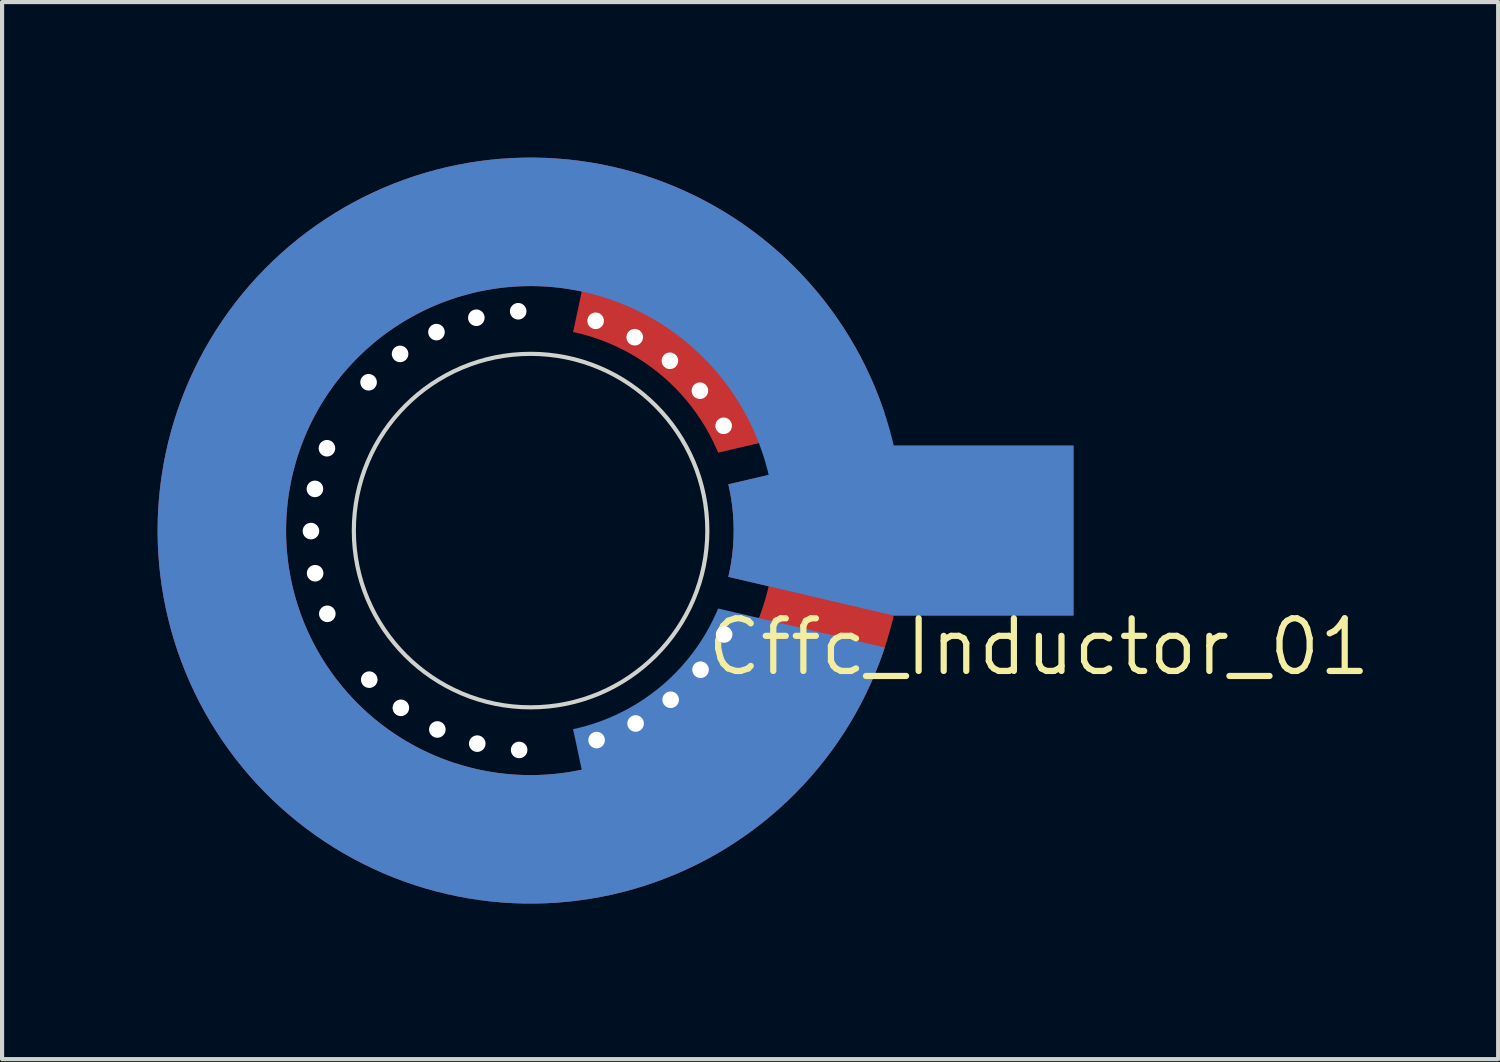
<source format=kicad_pcb>
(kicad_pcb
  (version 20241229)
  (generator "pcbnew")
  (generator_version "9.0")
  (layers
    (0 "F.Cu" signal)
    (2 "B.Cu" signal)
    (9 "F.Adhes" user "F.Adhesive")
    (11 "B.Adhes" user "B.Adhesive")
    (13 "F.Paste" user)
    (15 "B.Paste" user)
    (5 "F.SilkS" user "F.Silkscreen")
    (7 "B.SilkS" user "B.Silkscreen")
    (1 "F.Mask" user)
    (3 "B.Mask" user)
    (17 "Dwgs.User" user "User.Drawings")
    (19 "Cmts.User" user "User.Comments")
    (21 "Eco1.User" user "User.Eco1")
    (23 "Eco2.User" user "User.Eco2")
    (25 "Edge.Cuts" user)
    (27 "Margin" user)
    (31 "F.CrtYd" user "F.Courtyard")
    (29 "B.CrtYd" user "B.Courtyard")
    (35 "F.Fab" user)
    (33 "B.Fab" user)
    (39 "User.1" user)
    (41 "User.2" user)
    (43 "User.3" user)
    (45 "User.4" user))
  (footprint "Cffc_Inductor_01"
    (layer "F.Cu")
    (at 9.753 9.753)
    (property "Reference" "Cffc_Inductor_01" (at 4.185 2.807 0) (layer "F.SilkS") (effects (font (size 1.27 1.27) (thickness 0.15)) (justify left)))
    (fp_poly (pts (arc (start 4.771194 -1.116111) (mid 4.9 0) (end 4.771194 1.116111)) (arc (start 5.744908 1.343889) (mid -4.982885 3.15925) (end 1.235006 -5.769295)) (arc (start 1.025683 -4.791448) (mid 3.133906 -3.76678) (end 4.524953 -1.880106)) (arc (start 8.546506 -2.820856) (mid -8.991089 0.400396) (end 8.763418 2.05)) (xy 13.1 2.05) (xy 13.1 -2.05) (xy 8.763 -2.05)) (stroke (width 0) (type solid)) (fill yes) (layer "F.Cu"))
    (fp_poly (pts (arc (start 4.771194 1.116111) (mid 4.9 0) (end 4.771194 -1.116111)) (arc (start 5.744908 -1.343889) (mid -4.982885 -3.15925) (end 1.235006 5.769295)) (arc (start 1.025683 4.791448) (mid 3.133906 3.76678) (end 4.524953 1.880106)) (arc (start 8.546506 2.820856) (mid -8.991089 -0.400396) (end 8.763418 -2.05)) (xy 13.1 -2.05) (xy 13.1 2.05) (xy 8.763 2.05)) (stroke (width 0) (type solid)) (fill yes) (layer "B.Cu"))
    (fp_poly (pts (arc (start 0.993542 -4.798216) (mid 3.108586 -3.787703) (end 4.512249 -1.910395)) (arc (start 5.433116 -2.300272) (mid -0.719067 5.856018) (end -4.715197 -3.546395)) (arc (start -3.916011 -2.945311) (mid -2.099862 -4.427254) (end 0.196828 -4.896045)) (arc (start 0.698385 -8.972862) (mid -1.096882 8.932908) (end 1.493208 -8.875265))) (stroke (width 0) (type solid)) (fill yes) (layer "In1.Cu"))
    (fp_poly (pts (arc (start -3.916011 -2.945311) (mid -2.099862 -4.427254) (end 0.196828 -4.896045)) (arc (start 0.236997 -5.895238) (mid 4.989831 3.148267) (end -5.218861 2.751998)) (arc (start -4.334308 2.285558) (mid -4.899988 0.010792) (end -4.344334 -2.266443)) (arc (start -7.817724 -4.459058) (mid 7.611607 4.802442) (end -7.390417 -5.136316))) (stroke (width 0) (type solid)) (fill yes) (layer "In2.Cu"))
    (fp_poly (pts (arc (start -4.334308 2.285558) (mid -4.899988 0.010792) (end -4.344334 -2.266443)) (arc (start -5.230933 -2.728982) (mid 4.975915 -3.170217) (end 0.262963 5.894137)) (arc (start 0.218393 4.895131) (mid -2.08034 4.436461) (end -3.902999 2.962533)) (arc (start -7.36772 5.16882) (mid 7.590378 -4.835924) (end -7.798006 4.493451))) (stroke (width 0) (type solid)) (fill yes) (layer "In3.Cu"))
    (fp_poly (pts (arc (start 0.218393 4.895131) (mid -2.08034 4.436461) (end -3.902999 2.962533)) (arc (start -4.699529 3.567131) (mid -0.744856 -5.852793) (end 5.443196 2.276317)) (arc (start 4.52062 1.8905) (mid 3.125241 3.773973) (end 1.014668 4.793793)) (arc (start 1.532289 8.868601) (mid -1.136221 -8.92799) (end 0.737903 8.969699))) (stroke (width 0) (type solid)) (fill yes) (layer "In4.Cu"))
    (fp_circle (center 0 0) (end 4.265 0) (stroke (width 0.1) (type solid)) (fill no) (layer "Edge.Cuts"))
    (fp_poly (pts (arc (start -9.253324 -2.685) (mid -6.812974 -6.812974) (end -2.685 -9.253324)) (xy -2.685 -9.753) (xy -9.753 -9.753) (xy -9.753 -2.685)) (stroke (width 0.0001) (type solid)) (fill no) (layer "Edge.Cuts"))
    (fp_poly (pts (arc (start -2.685 9.253324) (mid -6.812974 6.812974) (end -9.253324 2.685)) (xy -9.753 2.685) (xy -9.753 9.753) (xy -2.685 9.753)) (stroke (width 0.0001) (type solid)) (fill no) (layer "Edge.Cuts"))
    (fp_poly (pts (arc (start 2.685 -9.253324) (mid 6.812974 -6.812974) (end 9.253324 -2.685)) (xy 9.753 -2.685) (xy 9.753 -9.753) (xy 2.685 -9.753)) (stroke (width 0.0001) (type solid)) (fill no) (layer "Edge.Cuts"))
    (fp_poly (pts (arc (start 9.253324 2.685) (mid 6.812974 6.812974) (end 2.685 9.253324)) (xy 2.685 9.753) (xy 9.753 9.753) (xy 9.753 2.685)) (stroke (width 0.0001) (type solid)) (fill no) (layer "Edge.Cuts"))
    (pad "" thru_hole circle (at -5.3 0.012) (size 0.8 0.8) (drill 0.4) (layers "Rescue") (remove_unused_layers yes) (zone_layer_connections))
    (pad "" thru_hole circle (at -5.204 -1.006) (size 0.8 0.8) (drill 0.4) (layers "Rescue") (remove_unused_layers yes) (zone_layer_connections))
    (pad "" thru_hole circle (at -5.199 1.029) (size 0.8 0.8) (drill 0.4) (layers "Rescue") (remove_unused_layers yes) (zone_layer_connections))
    (pad "" thru_hole circle (at -4.914 -1.987) (size 0.8 0.8) (drill 0.4) (layers "Rescue") (remove_unused_layers yes) (zone_layer_connections))
    (pad "" thru_hole circle (at -4.905 2.008) (size 0.8 0.8) (drill 0.4) (layers "Rescue") (remove_unused_layers yes) (zone_layer_connections))
    (pad "" thru_hole circle (at -3.909 -3.579) (size 0.8 0.8) (drill 0.4) (layers "Rescue") (remove_unused_layers yes) (zone_layer_connections))
    (pad "" thru_hole circle (at -3.893 3.597) (size 0.8 0.8) (drill 0.4) (layers "Rescue") (remove_unused_layers yes) (zone_layer_connections))
    (pad "" thru_hole circle (at -3.149 -4.263) (size 0.8 0.8) (drill 0.4) (layers "Rescue") (remove_unused_layers yes) (zone_layer_connections))
    (pad "" thru_hole circle (at -3.13 4.277) (size 0.8 0.8) (drill 0.4) (layers "Rescue") (remove_unused_layers yes) (zone_layer_connections))
    (pad "" thru_hole circle (at -2.271 -4.789) (size 0.8 0.8) (drill 0.4) (layers "Rescue") (remove_unused_layers yes) (zone_layer_connections))
    (pad "" thru_hole circle (at -2.25 4.799) (size 0.8 0.8) (drill 0.4) (layers "Rescue") (remove_unused_layers yes) (zone_layer_connections))
    (pad "" thru_hole circle (at -1.309 -5.136) (size 0.8 0.8) (drill 0.4) (layers "Rescue") (remove_unused_layers yes) (zone_layer_connections))
    (pad "" thru_hole circle (at -1.287 5.141) (size 0.8 0.8) (drill 0.4) (layers "Rescue") (remove_unused_layers yes) (zone_layer_connections))
    (pad "" thru_hole circle (at -0.299 -5.292) (size 0.8 0.8) (drill 0.4) (layers "Rescue") (remove_unused_layers yes) (zone_layer_connections))
    (pad "" thru_hole circle (at -0.276 5.293) (size 0.8 0.8) (drill 0.4) (layers "Rescue") (remove_unused_layers yes) (zone_layer_connections))
    (pad "" thru_hole circle (at 1.57 -5.062) (size 0.8 0.8) (drill 0.4) (layers "Rescue") (remove_unused_layers yes) (zone_layer_connections))
    (pad "" thru_hole circle (at 1.593 5.055) (size 0.8 0.8) (drill 0.4) (layers "Rescue") (remove_unused_layers yes) (zone_layer_connections))
    (pad "" thru_hole circle (at 2.513 -4.666) (size 0.8 0.8) (drill 0.4) (layers "Rescue") (remove_unused_layers yes) (zone_layer_connections))
    (pad "" thru_hole circle (at 2.534 4.655) (size 0.8 0.8) (drill 0.4) (layers "Rescue") (remove_unused_layers yes) (zone_layer_connections))
    (pad "" thru_hole circle (at 3.362 -4.097) (size 0.8 0.8) (drill 0.4) (layers "Rescue") (remove_unused_layers yes) (zone_layer_connections))
    (pad "" thru_hole circle (at 3.38 4.082) (size 0.8 0.8) (drill 0.4) (layers "Rescue") (remove_unused_layers yes) (zone_layer_connections))
    (pad "" thru_hole circle (at 4.086 -3.375) (size 0.8 0.8) (drill 0.4) (layers "Rescue") (remove_unused_layers yes) (zone_layer_connections))
    (pad "" thru_hole circle (at 4.101 3.357) (size 0.8 0.8) (drill 0.4) (layers "Rescue") (remove_unused_layers yes) (zone_layer_connections))
    (pad "" thru_hole circle (at 4.659 -2.528) (size 0.8 0.8) (drill 0.4) (layers "Rescue") (remove_unused_layers yes) (zone_layer_connections))
    (pad "" thru_hole circle (at 4.67 2.507) (size 0.8 0.8) (drill 0.4) (layers "Rescue") (remove_unused_layers yes) (zone_layer_connections))
    (pad "" smd circle (at 11.05 0) (size 2.05 2.05) (layers "Rescue"))
    (pad "" smd circle (at 11.05 0) (size 2.05 2.05) (layers "Rescue")))
  (gr_rect
    (start -3 -3)
    (end 33.1 22.507)
    (stroke (width 0.1) (type default))
    (fill no)
    (layer "Edge.Cuts")))
</source>
